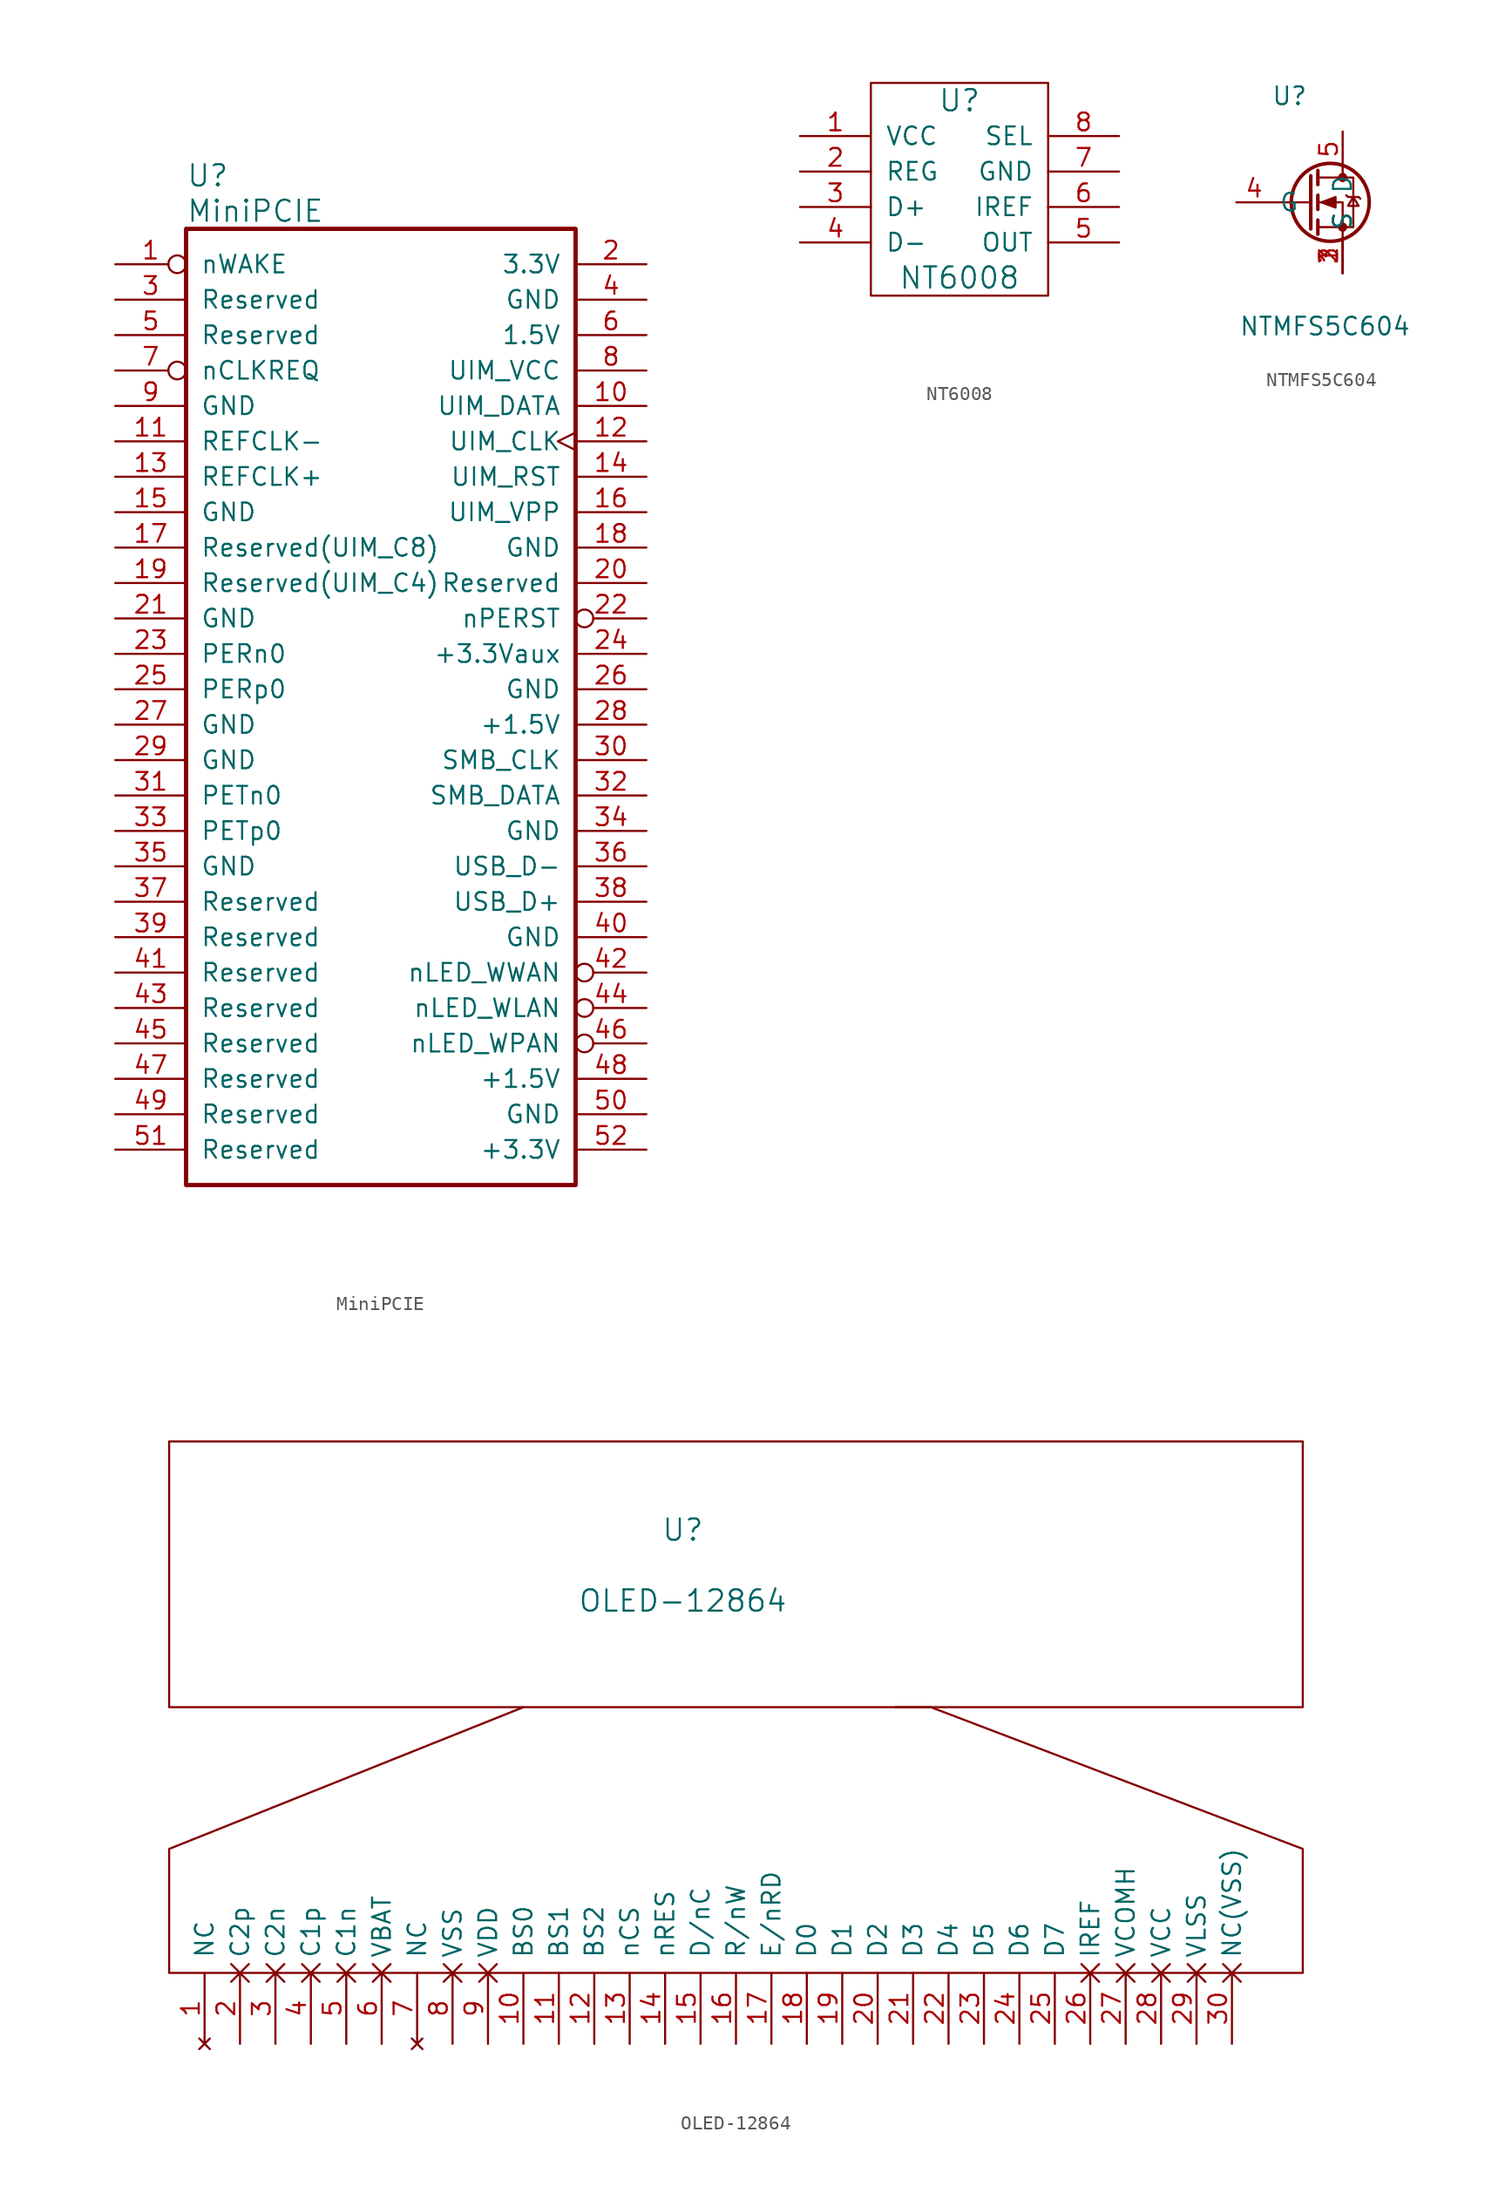
<source format=kicad_sym>
(kicad_symbol_lib
  (version 20220914)
  (generator kicad_symbol_editor)
  (symbol "MiniPCIE"
    (pin_names
      (offset 1.016))
    (property "Reference" "U"
      (at 5.08 6.35 0)
      (effects (font (size 1.524 1.524)) (justify left)))
    (property "Value" "MiniPCIE"
      (at 5.08 3.81 0)
      (effects (font (size 1.524 1.524)) (justify left)))
    (property "Footprint" ""
      (at 0 0 0)
      (effects (font (size 1.524 1.524))))
    (property "Datasheet" ""
      (at 0 0 0)
      (effects (font (size 1.524 1.524))))
    (symbol "MiniPCIE_1_1"
      (rectangle (start 5.08 2.54) (end 33.02 -66.04) (stroke (width 0.305) (type default)) (fill (type none)))
      (pin output inverted (at 0 0 0) (length 5.08) (name "nWAKE" (effects (font (size 1.27 1.27)))) (number "1" (effects (font (size 1.27 1.27)))))
      (pin input line (at 38.1 -10.16 180) (length 5.08) (name "UIM_DATA" (effects (font (size 1.27 1.27)))) (number "10" (effects (font (size 1.27 1.27)))))
      (pin input line (at 0 -12.7 0) (length 5.08) (name "REFCLK-" (effects (font (size 1.27 1.27)))) (number "11" (effects (font (size 1.27 1.27)))))
      (pin input clock (at 38.1 -12.7 180) (length 5.08) (name "UIM_CLK" (effects (font (size 1.27 1.27)))) (number "12" (effects (font (size 1.27 1.27)))))
      (pin input line (at 0 -15.24 0) (length 5.08) (name "REFCLK+" (effects (font (size 1.27 1.27)))) (number "13" (effects (font (size 1.27 1.27)))))
      (pin input line (at 38.1 -15.24 180) (length 5.08) (name "UIM_RST" (effects (font (size 1.27 1.27)))) (number "14" (effects (font (size 1.27 1.27)))))
      (pin power_out line (at 0 -17.78 0) (length 5.08) (name "GND" (effects (font (size 1.27 1.27)))) (number "15" (effects (font (size 1.27 1.27)))))
      (pin input line (at 38.1 -17.78 180) (length 5.08) (name "UIM_VPP" (effects (font (size 1.27 1.27)))) (number "16" (effects (font (size 1.27 1.27)))))
      (pin input line (at 0 -20.32 0) (length 5.08) (name "Reserved(UIM_C8)" (effects (font (size 1.27 1.27)))) (number "17" (effects (font (size 1.27 1.27)))))
      (pin power_out line (at 38.1 -20.32 180) (length 5.08) (name "GND" (effects (font (size 1.27 1.27)))) (number "18" (effects (font (size 1.27 1.27)))))
      (pin input line (at 0 -22.86 0) (length 5.08) (name "Reserved(UIM_C4)" (effects (font (size 1.27 1.27)))) (number "19" (effects (font (size 1.27 1.27)))))
      (pin power_out line (at 38.1 0 180) (length 5.08) (name "3.3V" (effects (font (size 1.27 1.27)))) (number "2" (effects (font (size 1.27 1.27)))))
      (pin input line (at 38.1 -22.86 180) (length 5.08) (name "Reserved" (effects (font (size 1.27 1.27)))) (number "20" (effects (font (size 1.27 1.27)))))
      (pin power_out line (at 0 -25.4 0) (length 5.08) (name "GND" (effects (font (size 1.27 1.27)))) (number "21" (effects (font (size 1.27 1.27)))))
      (pin input inverted (at 38.1 -25.4 180) (length 5.08) (name "nPERST" (effects (font (size 1.27 1.27)))) (number "22" (effects (font (size 1.27 1.27)))))
      (pin bidirectional line (at 0 -27.94 0) (length 5.08) (name "PERn0" (effects (font (size 1.27 1.27)))) (number "23" (effects (font (size 1.27 1.27)))))
      (pin power_out line (at 38.1 -27.94 180) (length 5.08) (name "+3.3Vaux" (effects (font (size 1.27 1.27)))) (number "24" (effects (font (size 1.27 1.27)))))
      (pin bidirectional line (at 0 -30.48 0) (length 5.08) (name "PERp0" (effects (font (size 1.27 1.27)))) (number "25" (effects (font (size 1.27 1.27)))))
      (pin power_out line (at 38.1 -30.48 180) (length 5.08) (name "GND" (effects (font (size 1.27 1.27)))) (number "26" (effects (font (size 1.27 1.27)))))
      (pin power_out line (at 0 -33.02 0) (length 5.08) (name "GND" (effects (font (size 1.27 1.27)))) (number "27" (effects (font (size 1.27 1.27)))))
      (pin power_in line (at 38.1 -33.02 180) (length 5.08) (name "+1.5V" (effects (font (size 1.27 1.27)))) (number "28" (effects (font (size 1.27 1.27)))))
      (pin power_out line (at 0 -35.56 0) (length 5.08) (name "GND" (effects (font (size 1.27 1.27)))) (number "29" (effects (font (size 1.27 1.27)))))
      (pin input line (at 0 -2.54 0) (length 5.08) (name "Reserved" (effects (font (size 1.27 1.27)))) (number "3" (effects (font (size 1.27 1.27)))))
      (pin input line (at 38.1 -35.56 180) (length 5.08) (name "SMB_CLK" (effects (font (size 1.27 1.27)))) (number "30" (effects (font (size 1.27 1.27)))))
      (pin bidirectional line (at 0 -38.1 0) (length 5.08) (name "PETn0" (effects (font (size 1.27 1.27)))) (number "31" (effects (font (size 1.27 1.27)))))
      (pin bidirectional line (at 38.1 -38.1 180) (length 5.08) (name "SMB_DATA" (effects (font (size 1.27 1.27)))) (number "32" (effects (font (size 1.27 1.27)))))
      (pin bidirectional line (at 0 -40.64 0) (length 5.08) (name "PETp0" (effects (font (size 1.27 1.27)))) (number "33" (effects (font (size 1.27 1.27)))))
      (pin power_out line (at 38.1 -40.64 180) (length 5.08) (name "GND" (effects (font (size 1.27 1.27)))) (number "34" (effects (font (size 1.27 1.27)))))
      (pin power_out line (at 0 -43.18 0) (length 5.08) (name "GND" (effects (font (size 1.27 1.27)))) (number "35" (effects (font (size 1.27 1.27)))))
      (pin bidirectional line (at 38.1 -43.18 180) (length 5.08) (name "USB_D-" (effects (font (size 1.27 1.27)))) (number "36" (effects (font (size 1.27 1.27)))))
      (pin input line (at 0 -45.72 0) (length 5.08) (name "Reserved" (effects (font (size 1.27 1.27)))) (number "37" (effects (font (size 1.27 1.27)))))
      (pin bidirectional line (at 38.1 -45.72 180) (length 5.08) (name "USB_D+" (effects (font (size 1.27 1.27)))) (number "38" (effects (font (size 1.27 1.27)))))
      (pin input line (at 0 -48.26 0) (length 5.08) (name "Reserved" (effects (font (size 1.27 1.27)))) (number "39" (effects (font (size 1.27 1.27)))))
      (pin power_out line (at 38.1 -2.54 180) (length 5.08) (name "GND" (effects (font (size 1.27 1.27)))) (number "4" (effects (font (size 1.27 1.27)))))
      (pin power_out line (at 38.1 -48.26 180) (length 5.08) (name "GND" (effects (font (size 1.27 1.27)))) (number "40" (effects (font (size 1.27 1.27)))))
      (pin input line (at 0 -50.8 0) (length 5.08) (name "Reserved" (effects (font (size 1.27 1.27)))) (number "41" (effects (font (size 1.27 1.27)))))
      (pin output inverted (at 38.1 -50.8 180) (length 5.08) (name "nLED_WWAN" (effects (font (size 1.27 1.27)))) (number "42" (effects (font (size 1.27 1.27)))))
      (pin input line (at 0 -53.34 0) (length 5.08) (name "Reserved" (effects (font (size 1.27 1.27)))) (number "43" (effects (font (size 1.27 1.27)))))
      (pin output inverted (at 38.1 -53.34 180) (length 5.08) (name "nLED_WLAN" (effects (font (size 1.27 1.27)))) (number "44" (effects (font (size 1.27 1.27)))))
      (pin input line (at 0 -55.88 0) (length 5.08) (name "Reserved" (effects (font (size 1.27 1.27)))) (number "45" (effects (font (size 1.27 1.27)))))
      (pin output inverted (at 38.1 -55.88 180) (length 5.08) (name "nLED_WPAN" (effects (font (size 1.27 1.27)))) (number "46" (effects (font (size 1.27 1.27)))))
      (pin input line (at 0 -58.42 0) (length 5.08) (name "Reserved" (effects (font (size 1.27 1.27)))) (number "47" (effects (font (size 1.27 1.27)))))
      (pin power_out line (at 38.1 -58.42 180) (length 5.08) (name "+1.5V" (effects (font (size 1.27 1.27)))) (number "48" (effects (font (size 1.27 1.27)))))
      (pin input line (at 0 -60.96 0) (length 5.08) (name "Reserved" (effects (font (size 1.27 1.27)))) (number "49" (effects (font (size 1.27 1.27)))))
      (pin input line (at 0 -5.08 0) (length 5.08) (name "Reserved" (effects (font (size 1.27 1.27)))) (number "5" (effects (font (size 1.27 1.27)))))
      (pin power_out line (at 38.1 -60.96 180) (length 5.08) (name "GND" (effects (font (size 1.27 1.27)))) (number "50" (effects (font (size 1.27 1.27)))))
      (pin input line (at 0 -63.5 0) (length 5.08) (name "Reserved" (effects (font (size 1.27 1.27)))) (number "51" (effects (font (size 1.27 1.27)))))
      (pin power_out line (at 38.1 -63.5 180) (length 5.08) (name "+3.3V" (effects (font (size 1.27 1.27)))) (number "52" (effects (font (size 1.27 1.27)))))
      (pin power_out line (at 38.1 -5.08 180) (length 5.08) (name "1.5V" (effects (font (size 1.27 1.27)))) (number "6" (effects (font (size 1.27 1.27)))))
      (pin output inverted (at 0 -7.62 0) (length 5.08) (name "nCLKREQ" (effects (font (size 1.27 1.27)))) (number "7" (effects (font (size 1.27 1.27)))))
      (pin power_out line (at 38.1 -7.62 180) (length 5.08) (name "UIM_VCC" (effects (font (size 1.27 1.27)))) (number "8" (effects (font (size 1.27 1.27)))))
      (pin power_out line (at 0 -10.16 0) (length 5.08) (name "GND" (effects (font (size 1.27 1.27)))) (number "9" (effects (font (size 1.27 1.27)))))))
  (symbol "NT6008"
    (pin_names
      (offset 1.016))
    (property "Reference" "U"
      (at 0 6.35 0)
      (effects (font (size 1.524 1.524))))
    (property "Value" "NT6008"
      (at 0 -6.35 0)
      (effects (font (size 1.524 1.524))))
    (property "Footprint" ""
      (at 6.35 -11.43 0)
      (effects (font (size 1.524 1.524))))
    (property "Datasheet" ""
      (at 6.35 -11.43 0)
      (effects (font (size 1.524 1.524))))
    (symbol "NT6008_0_1"
      (rectangle (start -6.35 7.62) (end 6.35 -7.62) (stroke (width 0) (type default)) (fill (type none))))
    (symbol "NT6008_1_1"
      (pin input line (at -11.43 3.81 0) (length 5.08) (name "VCC" (effects (font (size 1.27 1.27)))) (number "1" (effects (font (size 1.27 1.27)))))
      (pin input line (at -11.43 1.27 0) (length 5.08) (name "REG" (effects (font (size 1.27 1.27)))) (number "2" (effects (font (size 1.27 1.27)))))
      (pin input line (at -11.43 -1.27 0) (length 5.08) (name "D+" (effects (font (size 1.27 1.27)))) (number "3" (effects (font (size 1.27 1.27)))))
      (pin input line (at -11.43 -3.81 0) (length 5.08) (name "D-" (effects (font (size 1.27 1.27)))) (number "4" (effects (font (size 1.27 1.27)))))
      (pin input line (at 11.43 -3.81 180) (length 5.08) (name "OUT" (effects (font (size 1.27 1.27)))) (number "5" (effects (font (size 1.27 1.27)))))
      (pin input line (at 11.43 -1.27 180) (length 5.08) (name "IREF" (effects (font (size 1.27 1.27)))) (number "6" (effects (font (size 1.27 1.27)))))
      (pin input line (at 11.43 1.27 180) (length 5.08) (name "GND" (effects (font (size 1.27 1.27)))) (number "7" (effects (font (size 1.27 1.27)))))
      (pin input line (at 11.43 3.81 180) (length 5.08) (name "SEL" (effects (font (size 1.27 1.27)))) (number "8" (effects (font (size 1.27 1.27)))))))
  (symbol "NTMFS5C604"
    (property "Reference" "U"
      (at -2.54 7.62 0)
      (effects (font (size 1.27 1.27))))
    (property "Value" "NTMFS5C604"
      (at 0 -8.89 0)
      (effects (font (size 1.27 1.27))))
    (symbol "NTMFS5C604_0_1"
      (polyline (pts (xy -1.016 0) (xy -3.81 0)) (stroke (width 0) (type default)) (fill (type none)))
      (polyline (pts (xy -1.016 1.905) (xy -1.016 -1.905)) (stroke (width 0.254) (type default)) (fill (type none)))
      (polyline (pts (xy -0.508 -1.27) (xy -0.508 -2.286)) (stroke (width 0.254) (type default)) (fill (type none)))
      (polyline (pts (xy -0.508 0.508) (xy -0.508 -0.508)) (stroke (width 0.254) (type default)) (fill (type none)))
      (polyline (pts (xy -0.508 2.286) (xy -0.508 1.27)) (stroke (width 0.254) (type default)) (fill (type none)))
      (polyline (pts (xy 1.27 2.54) (xy 1.27 1.778)) (stroke (width 0) (type default)) (fill (type none)))
      (polyline (pts (xy 1.27 -2.54) (xy 1.27 0) (xy -0.508 0)) (stroke (width 0) (type default)) (fill (type none)))
      (polyline (pts (xy -0.508 -1.778) (xy 2.032 -1.778) (xy 2.032 1.778) (xy -0.508 1.778)) (stroke (width 0) (type default)) (fill (type none)))
      (polyline (pts (xy -0.254 0) (xy 0.762 0.381) (xy 0.762 -0.381) (xy -0.254 0)) (stroke (width 0) (type default)) (fill (type outline)))
      (polyline (pts (xy 1.524 0.508) (xy 1.651 0.381) (xy 2.413 0.381) (xy 2.54 0.254)) (stroke (width 0) (type default)) (fill (type none)))
      (polyline (pts (xy 2.032 0.381) (xy 1.651 -0.254) (xy 2.413 -0.254) (xy 2.032 0.381)) (stroke (width 0) (type default)) (fill (type none)))
      (circle (center 0.381 0) (radius 2.794) (stroke (width 0.254) (type default)) (fill (type none)))
      (circle (center 1.27 -1.778) (radius 0.254) (stroke (width 0) (type default)) (fill (type outline)))
      (circle (center 1.27 1.778) (radius 0.254) (stroke (width 0) (type default)) (fill (type outline))))
    (symbol "NTMFS5C604_1_1"
      (pin passive line (at 1.27 -5.08 90) (length 2.54) (name "S" (effects (font (size 1.27 1.27)))) (number "1" (effects (font (size 1.27 1.27)))))
      (pin passive line (at 1.27 -5.08 90) (length 2.54) (name "S" (effects (font (size 1.27 1.27)))) (number "2" (effects (font (size 1.27 1.27)))))
      (pin passive line (at 1.27 -5.08 90) (length 2.54) (name "S" (effects (font (size 1.27 1.27)))) (number "3" (effects (font (size 1.27 1.27)))))
      (pin input line (at -6.35 0 0) (length 2.54) (name "G" (effects (font (size 1.27 1.27)))) (number "4" (effects (font (size 1.27 1.27)))))
      (pin passive line (at 1.27 5.08 270) (length 2.54) (name "D" (effects (font (size 1.27 1.27)))) (number "5" (effects (font (size 1.27 1.27)))))))
  (symbol "OLED-12864"
    (pin_names
      (offset 1.016))
    (property "Reference" "U"
      (at -2.54 10.16 0)
      (effects (font (size 1.524 1.524))))
    (property "Value" "OLED-12864"
      (at -2.54 5.08 0)
      (effects (font (size 1.524 1.524))))
    (property "Footprint" ""
      (at -26.67 -17.78 0)
      (effects (font (size 1.524 1.524))))
    (property "Datasheet" ""
      (at -26.67 -17.78 0)
      (effects (font (size 1.524 1.524))))
    (symbol "OLED-12864_0_1"
      (rectangle (start -39.37 16.51) (end 41.91 -2.54) (stroke (width 0) (type default)) (fill (type none)))
      (polyline (pts (xy -13.97 -2.54) (xy -39.37 -12.7) (xy -39.37 -21.59) (xy 41.91 -21.59) (xy 41.91 -12.7) (xy 15.24 -2.54) (xy 12.7 -2.54)) (stroke (width 0) (type default)) (fill (type none))))
    (symbol "OLED-12864_1_1"
      (pin no_connect line (at -36.83 -26.67 90) (length 5.08) (name "NC" (effects (font (size 1.27 1.27)))) (number "1" (effects (font (size 1.27 1.27)))))
      (pin bidirectional line (at -13.97 -26.67 90) (length 5.08) (name "BS0" (effects (font (size 1.27 1.27)))) (number "10" (effects (font (size 1.27 1.27)))))
      (pin bidirectional line (at -11.43 -26.67 90) (length 5.08) (name "BS1" (effects (font (size 1.27 1.27)))) (number "11" (effects (font (size 1.27 1.27)))))
      (pin bidirectional line (at -8.89 -26.67 90) (length 5.08) (name "BS2" (effects (font (size 1.27 1.27)))) (number "12" (effects (font (size 1.27 1.27)))))
      (pin input line (at -6.35 -26.67 90) (length 5.08) (name "nCS" (effects (font (size 1.27 1.27)))) (number "13" (effects (font (size 1.27 1.27)))))
      (pin input line (at -3.81 -26.67 90) (length 5.08) (name "nRES" (effects (font (size 1.27 1.27)))) (number "14" (effects (font (size 1.27 1.27)))))
      (pin bidirectional line (at -1.27 -26.67 90) (length 5.08) (name "D/nC" (effects (font (size 1.27 1.27)))) (number "15" (effects (font (size 1.27 1.27)))))
      (pin input line (at 1.27 -26.67 90) (length 5.08) (name "R/nW" (effects (font (size 1.27 1.27)))) (number "16" (effects (font (size 1.27 1.27)))))
      (pin input line (at 3.81 -26.67 90) (length 5.08) (name "E/nRD" (effects (font (size 1.27 1.27)))) (number "17" (effects (font (size 1.27 1.27)))))
      (pin bidirectional line (at 6.35 -26.67 90) (length 5.08) (name "D0" (effects (font (size 1.27 1.27)))) (number "18" (effects (font (size 1.27 1.27)))))
      (pin bidirectional line (at 8.89 -26.67 90) (length 5.08) (name "D1" (effects (font (size 1.27 1.27)))) (number "19" (effects (font (size 1.27 1.27)))))
      (pin input non_logic (at -34.29 -26.67 90) (length 5.08) (name "C2p" (effects (font (size 1.27 1.27)))) (number "2" (effects (font (size 1.27 1.27)))))
      (pin bidirectional line (at 11.43 -26.67 90) (length 5.08) (name "D2" (effects (font (size 1.27 1.27)))) (number "20" (effects (font (size 1.27 1.27)))))
      (pin bidirectional line (at 13.97 -26.67 90) (length 5.08) (name "D3" (effects (font (size 1.27 1.27)))) (number "21" (effects (font (size 1.27 1.27)))))
      (pin bidirectional line (at 16.51 -26.67 90) (length 5.08) (name "D4" (effects (font (size 1.27 1.27)))) (number "22" (effects (font (size 1.27 1.27)))))
      (pin bidirectional line (at 19.05 -26.67 90) (length 5.08) (name "D5" (effects (font (size 1.27 1.27)))) (number "23" (effects (font (size 1.27 1.27)))))
      (pin bidirectional line (at 21.59 -26.67 90) (length 5.08) (name "D6" (effects (font (size 1.27 1.27)))) (number "24" (effects (font (size 1.27 1.27)))))
      (pin bidirectional line (at 24.13 -26.67 90) (length 5.08) (name "D7" (effects (font (size 1.27 1.27)))) (number "25" (effects (font (size 1.27 1.27)))))
      (pin input non_logic (at 26.67 -26.67 90) (length 5.08) (name "IREF" (effects (font (size 1.27 1.27)))) (number "26" (effects (font (size 1.27 1.27)))))
      (pin output non_logic (at 29.21 -26.67 90) (length 5.08) (name "VCOMH" (effects (font (size 1.27 1.27)))) (number "27" (effects (font (size 1.27 1.27)))))
      (pin power_in non_logic (at 31.75 -26.67 90) (length 5.08) (name "VCC" (effects (font (size 1.27 1.27)))) (number "28" (effects (font (size 1.27 1.27)))))
      (pin power_in non_logic (at 34.29 -26.67 90) (length 5.08) (name "VLSS" (effects (font (size 1.27 1.27)))) (number "29" (effects (font (size 1.27 1.27)))))
      (pin input non_logic (at -31.75 -26.67 90) (length 5.08) (name "C2n" (effects (font (size 1.27 1.27)))) (number "3" (effects (font (size 1.27 1.27)))))
      (pin power_in non_logic (at 36.83 -26.67 90) (length 5.08) (name "NC(VSS)" (effects (font (size 1.27 1.27)))) (number "30" (effects (font (size 1.27 1.27)))))
      (pin input non_logic (at -29.21 -26.67 90) (length 5.08) (name "C1p" (effects (font (size 1.27 1.27)))) (number "4" (effects (font (size 1.27 1.27)))))
      (pin input non_logic (at -26.67 -26.67 90) (length 5.08) (name "C1n" (effects (font (size 1.27 1.27)))) (number "5" (effects (font (size 1.27 1.27)))))
      (pin power_in non_logic (at -24.13 -26.67 90) (length 5.08) (name "VBAT" (effects (font (size 1.27 1.27)))) (number "6" (effects (font (size 1.27 1.27)))))
      (pin no_connect line (at -21.59 -26.67 90) (length 5.08) (name "NC" (effects (font (size 1.27 1.27)))) (number "7" (effects (font (size 1.27 1.27)))))
      (pin power_in non_logic (at -19.05 -26.67 90) (length 5.08) (name "VSS" (effects (font (size 1.27 1.27)))) (number "8" (effects (font (size 1.27 1.27)))))
      (pin power_in non_logic (at -16.51 -26.67 90) (length 5.08) (name "VDD" (effects (font (size 1.27 1.27)))) (number "9" (effects (font (size 1.27 1.27))))))))
</source>
